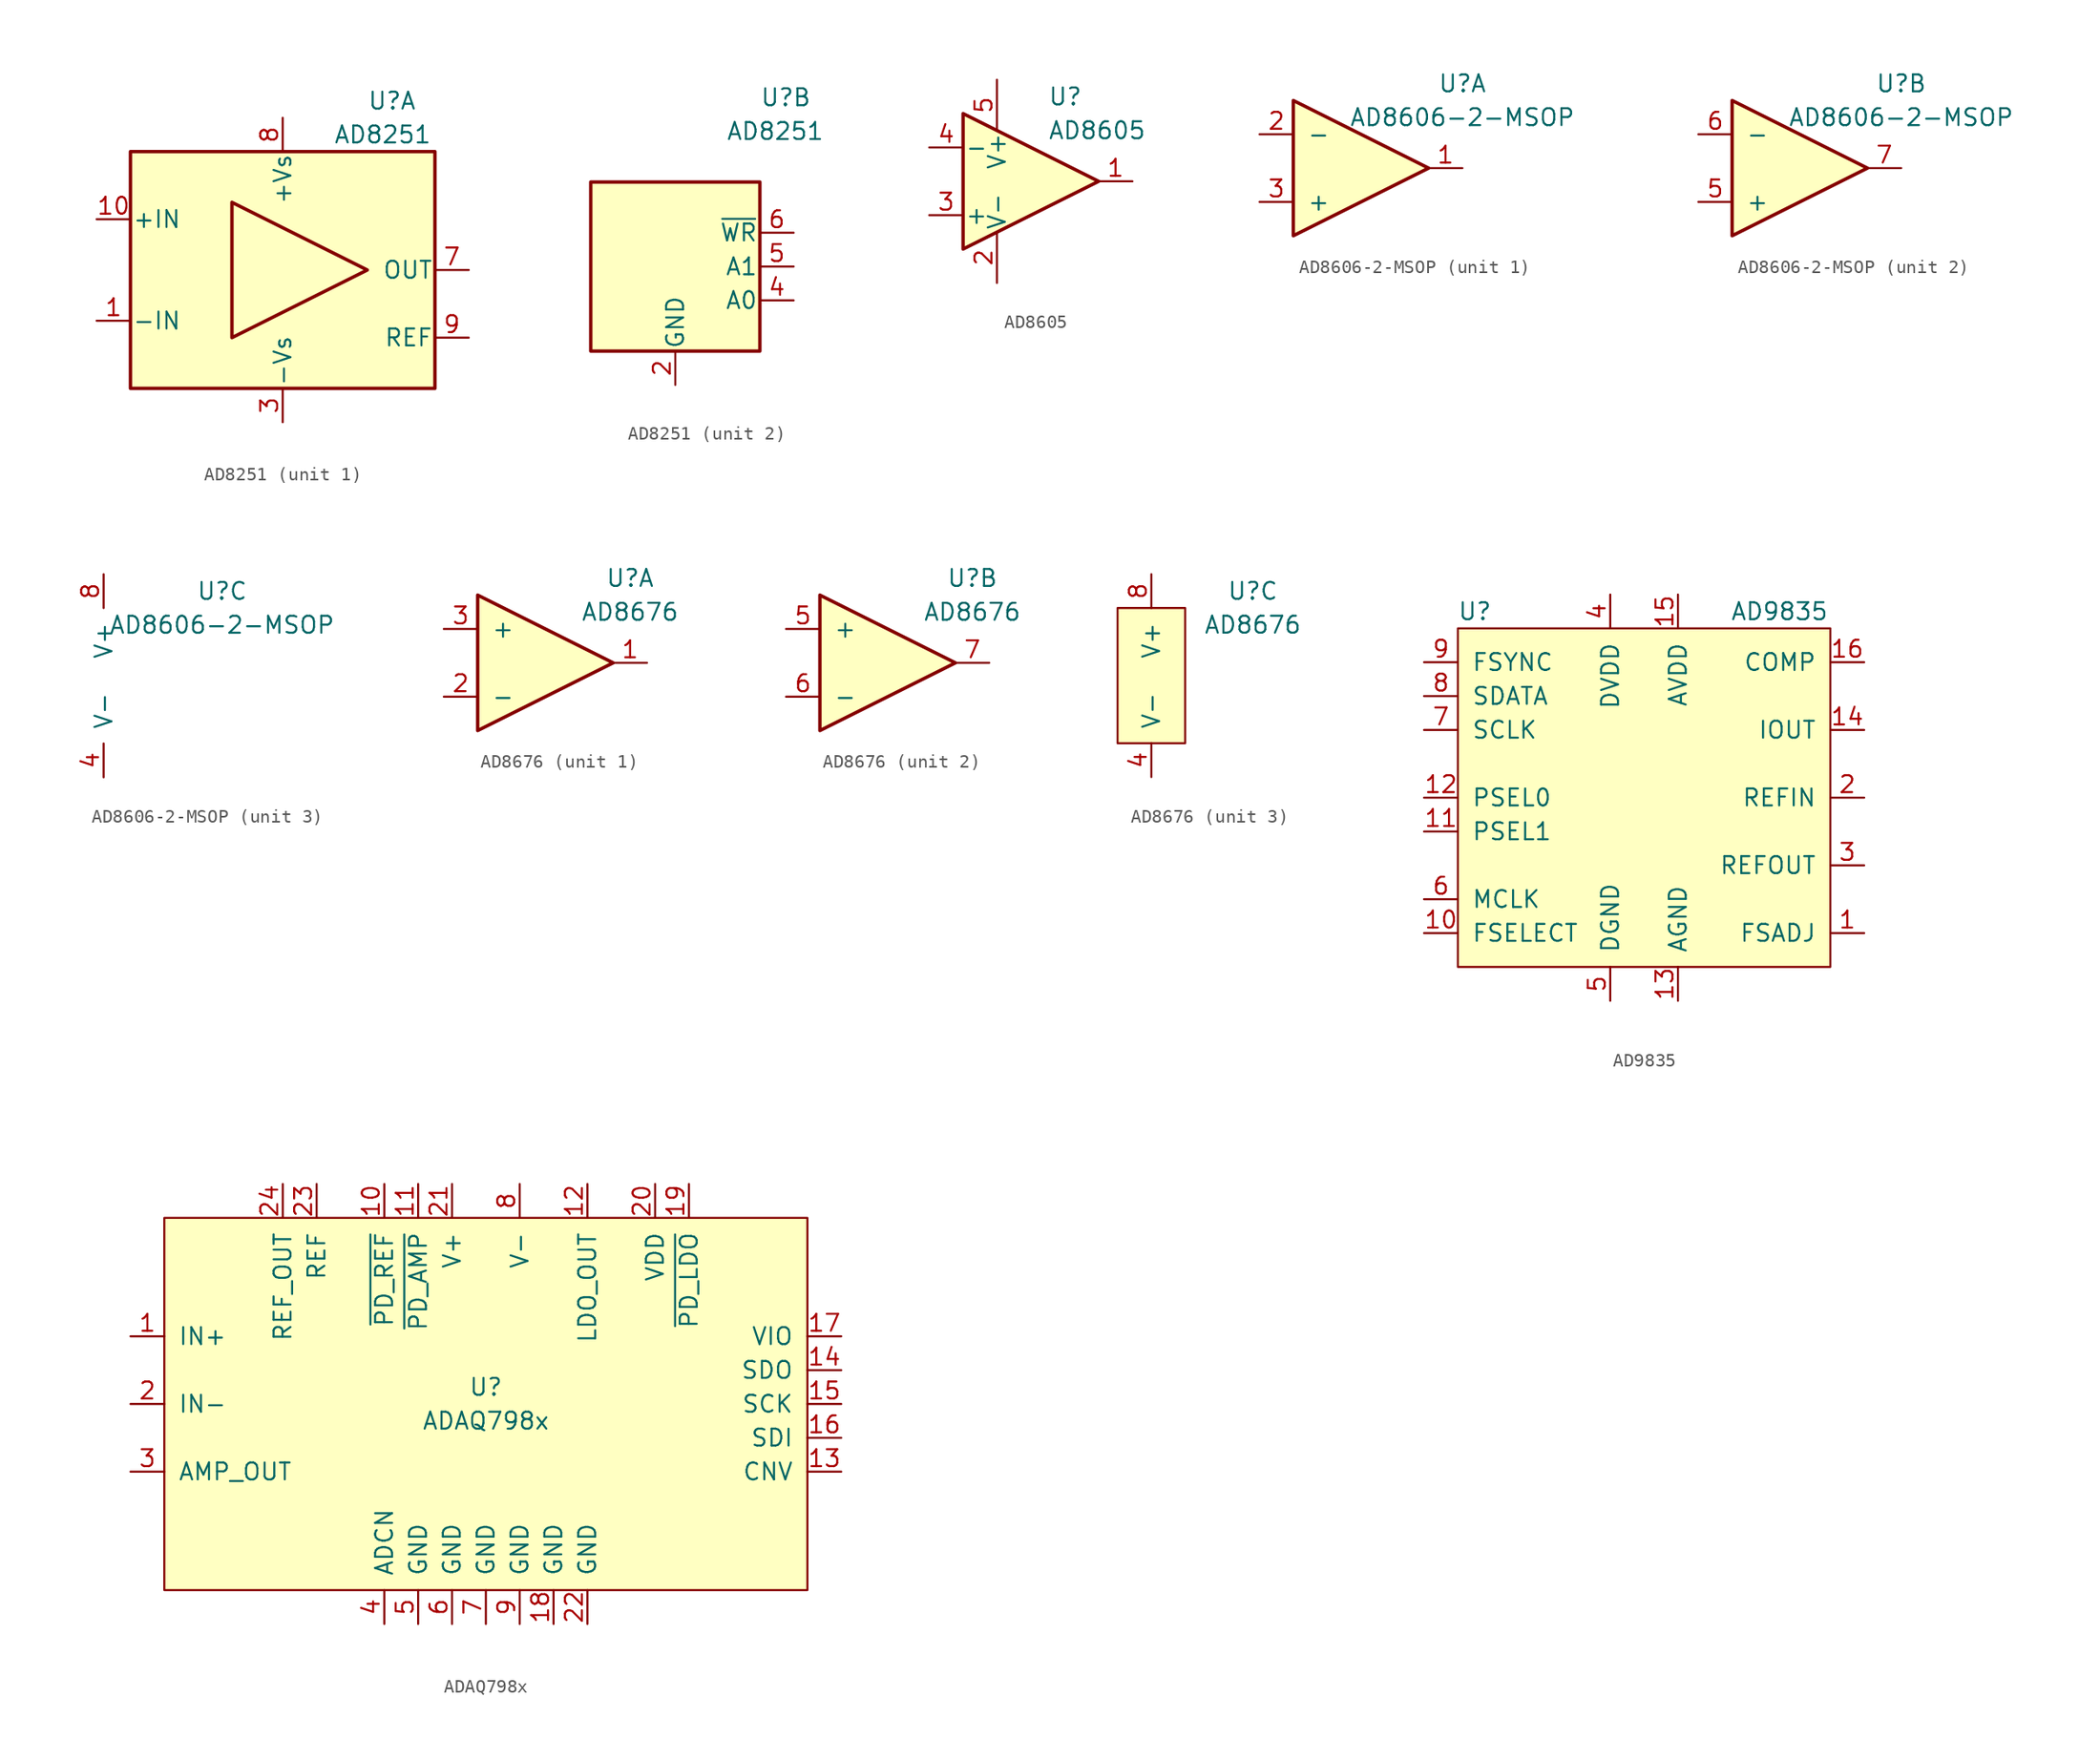
<source format=kicad_sym>
(kicad_symbol_lib
  (version 20220914)
  (generator kicad_symbol_editor)
  (symbol "AD8251"
    (pin_names
      (offset 0.127))
    (property "Reference" "U"
      (at 6.35 12.7 0)
      (effects (font (size 1.27 1.27)) (justify left)))
    (property "Value" "AD8251"
      (at 3.81 10.16 0)
      (effects (font (size 1.27 1.27)) (justify left)))
    (symbol "AD8251_1_1"
      (rectangle (start -11.43 8.89) (end 11.43 -8.89) (stroke (width 0.254) (type default)) (fill (type background)))
      (polyline (pts (xy -3.81 5.08) (xy 6.35 0) (xy -3.81 -5.08) (xy -3.81 5.08)) (stroke (width 0.254) (type default)) (fill (type background)))
      (pin input line (at -13.97 -3.81 0) (length 2.54) (name "-IN" (effects (font (size 1.27 1.27)))) (number "1" (effects (font (size 1.27 1.27)))))
      (pin input line (at -13.97 3.81 0) (length 2.54) (name "+IN" (effects (font (size 1.27 1.27)))) (number "10" (effects (font (size 1.27 1.27)))))
      (pin power_in line (at 0 -11.43 90) (length 2.54) (name "-Vs" (effects (font (size 1.27 1.27)))) (number "3" (effects (font (size 1.27 1.27)))))
      (pin output line (at 13.97 0 180) (length 2.54) (name "OUT" (effects (font (size 1.27 1.27)))) (number "7" (effects (font (size 1.27 1.27)))))
      (pin power_in line (at 0 11.43 270) (length 2.54) (name "+Vs" (effects (font (size 1.27 1.27)))) (number "8" (effects (font (size 1.27 1.27)))))
      (pin passive line (at 13.97 -5.08 180) (length 2.54) (name "REF" (effects (font (size 1.27 1.27)))) (number "9" (effects (font (size 1.27 1.27))))))
    (symbol "AD8251_2_1"
      (rectangle (start 6.35 -6.35) (end -6.35 6.35) (stroke (width 0.254) (type default)) (fill (type background)))
      (pin passive line (at 0 -8.89 90) (length 2.54) (name "GND" (effects (font (size 1.27 1.27)))) (number "2" (effects (font (size 1.27 1.27)))))
      (pin input line (at 8.89 -2.54 180) (length 2.54) (name "A0" (effects (font (size 1.27 1.27)))) (number "4" (effects (font (size 1.27 1.27)))))
      (pin input line (at 8.89 0 180) (length 2.54) (name "A1" (effects (font (size 1.27 1.27)))) (number "5" (effects (font (size 1.27 1.27)))))
      (pin input line (at 8.89 2.54 180) (length 2.54) (name "~{WR}" (effects (font (size 1.27 1.27)))) (number "6" (effects (font (size 1.27 1.27)))))))
  (symbol "AD8605"
    (pin_names
      (offset 0.127))
    (property "Reference" "U"
      (at 2.54 6.35 0)
      (effects (font (size 1.27 1.27)) (justify left)))
    (property "Value" "AD8605"
      (at 2.54 3.81 0)
      (effects (font (size 1.27 1.27)) (justify left)))
    (symbol "AD8605_0_1"
      (polyline (pts (xy -3.81 5.08) (xy 6.35 0) (xy -3.81 -5.08) (xy -3.81 5.08)) (stroke (width 0.254) (type default)) (fill (type background))))
    (symbol "AD8605_1_1"
      (pin output line (at 8.89 0 180) (length 2.54) (name "~" (effects (font (size 1.27 1.27)))) (number "1" (effects (font (size 1.27 1.27)))))
      (pin power_in line (at -1.27 -7.62 90) (length 3.81) (name "V-" (effects (font (size 1.27 1.27)))) (number "2" (effects (font (size 1.27 1.27)))))
      (pin input line (at -6.35 -2.54 0) (length 2.54) (name "+" (effects (font (size 1.27 1.27)))) (number "3" (effects (font (size 1.27 1.27)))))
      (pin input line (at -6.35 2.54 0) (length 2.54) (name "-" (effects (font (size 1.27 1.27)))) (number "4" (effects (font (size 1.27 1.27)))))
      (pin power_in line (at -1.27 7.62 270) (length 3.81) (name "V+" (effects (font (size 1.27 1.27)))) (number "5" (effects (font (size 1.27 1.27)))))))
  (symbol "AD8606-2-MSOP"
    (pin_names
      (offset 1.016))
    (property "Reference" "U"
      (at 8.89 6.35 0)
      (effects (font (size 1.27 1.27))))
    (property "Value" "AD8606-2-MSOP"
      (at 8.89 3.81 0)
      (effects (font (size 1.27 1.27))))
    (symbol "AD8606-2-MSOP_1_1"
      (polyline (pts (xy -3.81 5.08) (xy 6.35 0) (xy -3.81 -5.08) (xy -3.81 5.08)) (stroke (width 0.254) (type default)) (fill (type background)))
      (pin output line (at 8.89 0 180) (length 2.54) (name "~" (effects (font (size 1.27 1.27)))) (number "1" (effects (font (size 1.27 1.27)))))
      (pin input line (at -6.35 2.54 0) (length 2.54) (name "-" (effects (font (size 1.27 1.27)))) (number "2" (effects (font (size 1.27 1.27)))))
      (pin input line (at -6.35 -2.54 0) (length 2.54) (name "+" (effects (font (size 1.27 1.27)))) (number "3" (effects (font (size 1.27 1.27))))))
    (symbol "AD8606-2-MSOP_2_1"
      (polyline (pts (xy -3.81 5.08) (xy 6.35 0) (xy -3.81 -5.08) (xy -3.81 5.08)) (stroke (width 0.254) (type default)) (fill (type background)))
      (pin input line (at -6.35 -2.54 0) (length 2.54) (name "+" (effects (font (size 1.27 1.27)))) (number "5" (effects (font (size 1.27 1.27)))))
      (pin input line (at -6.35 2.54 0) (length 2.54) (name "-" (effects (font (size 1.27 1.27)))) (number "6" (effects (font (size 1.27 1.27)))))
      (pin output line (at 8.89 0 180) (length 2.54) (name "~" (effects (font (size 1.27 1.27)))) (number "7" (effects (font (size 1.27 1.27))))))
    (symbol "AD8606-2-MSOP_3_1"
      (pin passive line (at 0 -7.62 90) (length 2.54) (name "V-" (effects (font (size 1.27 1.27)))) (number "4" (effects (font (size 1.27 1.27)))))
      (pin passive line (at 0 7.62 270) (length 2.54) (name "V+" (effects (font (size 1.27 1.27)))) (number "8" (effects (font (size 1.27 1.27)))))))
  (symbol "AD8676"
    (pin_names
      (offset 1.016))
    (property "Reference" "U"
      (at 7.62 6.35 0)
      (effects (font (size 1.27 1.27))))
    (property "Value" "AD8676"
      (at 7.62 3.81 0)
      (effects (font (size 1.27 1.27))))
    (symbol "AD8676_1_1"
      (polyline (pts (xy -3.81 5.08) (xy 6.35 0) (xy -3.81 -5.08) (xy -3.81 5.08)) (stroke (width 0.254) (type default)) (fill (type background)))
      (pin output line (at 8.89 0 180) (length 2.54) (name "~" (effects (font (size 1.27 1.27)))) (number "1" (effects (font (size 1.27 1.27)))))
      (pin input line (at -6.35 -2.54 0) (length 2.54) (name "-" (effects (font (size 1.27 1.27)))) (number "2" (effects (font (size 1.27 1.27)))))
      (pin input line (at -6.35 2.54 0) (length 2.54) (name "+" (effects (font (size 1.27 1.27)))) (number "3" (effects (font (size 1.27 1.27))))))
    (symbol "AD8676_2_1"
      (polyline (pts (xy -3.81 5.08) (xy 6.35 0) (xy -3.81 -5.08) (xy -3.81 5.08)) (stroke (width 0.254) (type default)) (fill (type background)))
      (pin input line (at -6.35 2.54 0) (length 2.54) (name "+" (effects (font (size 1.27 1.27)))) (number "5" (effects (font (size 1.27 1.27)))))
      (pin input line (at -6.35 -2.54 0) (length 2.54) (name "-" (effects (font (size 1.27 1.27)))) (number "6" (effects (font (size 1.27 1.27)))))
      (pin output line (at 8.89 0 180) (length 2.54) (name "~" (effects (font (size 1.27 1.27)))) (number "7" (effects (font (size 1.27 1.27))))))
    (symbol "AD8676_3_1"
      (rectangle (start -2.54 5.08) (end 2.54 -5.08) (stroke (width 0) (type default)) (fill (type background)))
      (pin passive line (at 0 -7.62 90) (length 2.54) (name "V-" (effects (font (size 1.27 1.27)))) (number "4" (effects (font (size 1.27 1.27)))))
      (pin passive line (at 0 7.62 270) (length 2.54) (name "V+" (effects (font (size 1.27 1.27)))) (number "8" (effects (font (size 1.27 1.27)))))))
  (symbol "AD9835"
    (pin_names
      (offset 1.016))
    (property "Reference" "U"
      (at -12.7 13.97 0)
      (effects (font (size 1.27 1.27))))
    (property "Value" "AD9835"
      (at 10.16 13.97 0)
      (effects (font (size 1.27 1.27))))
    (symbol "AD9835_0_1"
      (rectangle (start -13.97 12.7) (end 13.97 -12.7) (stroke (width 0) (type default)) (fill (type background))))
    (symbol "AD9835_1_1"
      (pin input line (at 16.51 -10.16 180) (length 2.54) (name "FSADJ" (effects (font (size 1.27 1.27)))) (number "1" (effects (font (size 1.27 1.27)))))
      (pin input line (at -16.51 -10.16 0) (length 2.54) (name "FSELECT" (effects (font (size 1.27 1.27)))) (number "10" (effects (font (size 1.27 1.27)))))
      (pin input line (at -16.51 -2.54 0) (length 2.54) (name "PSEL1" (effects (font (size 1.27 1.27)))) (number "11" (effects (font (size 1.27 1.27)))))
      (pin input line (at -16.51 0 0) (length 2.54) (name "PSEL0" (effects (font (size 1.27 1.27)))) (number "12" (effects (font (size 1.27 1.27)))))
      (pin passive line (at 2.54 -15.24 90) (length 2.54) (name "AGND" (effects (font (size 1.27 1.27)))) (number "13" (effects (font (size 1.27 1.27)))))
      (pin output line (at 16.51 5.08 180) (length 2.54) (name "IOUT" (effects (font (size 1.27 1.27)))) (number "14" (effects (font (size 1.27 1.27)))))
      (pin passive line (at 2.54 15.24 270) (length 2.54) (name "AVDD" (effects (font (size 1.27 1.27)))) (number "15" (effects (font (size 1.27 1.27)))))
      (pin input line (at 16.51 10.16 180) (length 2.54) (name "COMP" (effects (font (size 1.27 1.27)))) (number "16" (effects (font (size 1.27 1.27)))))
      (pin input line (at 16.51 0 180) (length 2.54) (name "REFIN" (effects (font (size 1.27 1.27)))) (number "2" (effects (font (size 1.27 1.27)))))
      (pin output line (at 16.51 -5.08 180) (length 2.54) (name "REFOUT" (effects (font (size 1.27 1.27)))) (number "3" (effects (font (size 1.27 1.27)))))
      (pin passive line (at -2.54 15.24 270) (length 2.54) (name "DVDD" (effects (font (size 1.27 1.27)))) (number "4" (effects (font (size 1.27 1.27)))))
      (pin passive line (at -2.54 -15.24 90) (length 2.54) (name "DGND" (effects (font (size 1.27 1.27)))) (number "5" (effects (font (size 1.27 1.27)))))
      (pin input line (at -16.51 -7.62 0) (length 2.54) (name "MCLK" (effects (font (size 1.27 1.27)))) (number "6" (effects (font (size 1.27 1.27)))))
      (pin input line (at -16.51 5.08 0) (length 2.54) (name "SCLK" (effects (font (size 1.27 1.27)))) (number "7" (effects (font (size 1.27 1.27)))))
      (pin input line (at -16.51 7.62 0) (length 2.54) (name "SDATA" (effects (font (size 1.27 1.27)))) (number "8" (effects (font (size 1.27 1.27)))))
      (pin input line (at -16.51 10.16 0) (length 2.54) (name "FSYNC" (effects (font (size 1.27 1.27)))) (number "9" (effects (font (size 1.27 1.27)))))))
  (symbol "ADAQ798x"
    (pin_names
      (offset 1.016))
    (property "Reference" "U"
      (at 0 1.27 0)
      (effects (font (size 1.27 1.27))))
    (property "Value" "ADAQ798x"
      (at 0 -1.27 0)
      (effects (font (size 1.27 1.27))))
    (symbol "ADAQ798x_0_1"
      (rectangle (start -24.13 13.97) (end 24.13 -13.97) (stroke (width 0) (type default)) (fill (type background))))
    (symbol "ADAQ798x_1_1"
      (pin input line (at -26.67 5.08 0) (length 2.54) (name "IN+" (effects (font (size 1.27 1.27)))) (number "1" (effects (font (size 1.27 1.27)))))
      (pin input line (at -7.62 16.51 270) (length 2.54) (name "~{PD_REF}" (effects (font (size 1.27 1.27)))) (number "10" (effects (font (size 1.27 1.27)))))
      (pin input line (at -5.08 16.51 270) (length 2.54) (name "~{PD_AMP}" (effects (font (size 1.27 1.27)))) (number "11" (effects (font (size 1.27 1.27)))))
      (pin passive line (at 7.62 16.51 270) (length 2.54) (name "LDO_OUT" (effects (font (size 1.27 1.27)))) (number "12" (effects (font (size 1.27 1.27)))))
      (pin input line (at 26.67 -5.08 180) (length 2.54) (name "CNV" (effects (font (size 1.27 1.27)))) (number "13" (effects (font (size 1.27 1.27)))))
      (pin output line (at 26.67 2.54 180) (length 2.54) (name "SDO" (effects (font (size 1.27 1.27)))) (number "14" (effects (font (size 1.27 1.27)))))
      (pin input line (at 26.67 0 180) (length 2.54) (name "SCK" (effects (font (size 1.27 1.27)))) (number "15" (effects (font (size 1.27 1.27)))))
      (pin input line (at 26.67 -2.54 180) (length 2.54) (name "SDI" (effects (font (size 1.27 1.27)))) (number "16" (effects (font (size 1.27 1.27)))))
      (pin passive line (at 26.67 5.08 180) (length 2.54) (name "VIO" (effects (font (size 1.27 1.27)))) (number "17" (effects (font (size 1.27 1.27)))))
      (pin passive line (at 5.08 -16.51 90) (length 2.54) (name "GND" (effects (font (size 1.27 1.27)))) (number "18" (effects (font (size 1.27 1.27)))))
      (pin input line (at 15.24 16.51 270) (length 2.54) (name "~{PD_LDO}" (effects (font (size 1.27 1.27)))) (number "19" (effects (font (size 1.27 1.27)))))
      (pin input line (at -26.67 0 0) (length 2.54) (name "IN-" (effects (font (size 1.27 1.27)))) (number "2" (effects (font (size 1.27 1.27)))))
      (pin power_in line (at 12.7 16.51 270) (length 2.54) (name "VDD" (effects (font (size 1.27 1.27)))) (number "20" (effects (font (size 1.27 1.27)))))
      (pin power_in line (at -2.54 16.51 270) (length 2.54) (name "V+" (effects (font (size 1.27 1.27)))) (number "21" (effects (font (size 1.27 1.27)))))
      (pin passive line (at 7.62 -16.51 90) (length 2.54) (name "GND" (effects (font (size 1.27 1.27)))) (number "22" (effects (font (size 1.27 1.27)))))
      (pin passive line (at -12.7 16.51 270) (length 2.54) (name "REF" (effects (font (size 1.27 1.27)))) (number "23" (effects (font (size 1.27 1.27)))))
      (pin output line (at -15.24 16.51 270) (length 2.54) (name "REF_OUT" (effects (font (size 1.27 1.27)))) (number "24" (effects (font (size 1.27 1.27)))))
      (pin output line (at -26.67 -5.08 0) (length 2.54) (name "AMP_OUT" (effects (font (size 1.27 1.27)))) (number "3" (effects (font (size 1.27 1.27)))))
      (pin passive line (at -7.62 -16.51 90) (length 2.54) (name "ADCN" (effects (font (size 1.27 1.27)))) (number "4" (effects (font (size 1.27 1.27)))))
      (pin passive line (at -5.08 -16.51 90) (length 2.54) (name "GND" (effects (font (size 1.27 1.27)))) (number "5" (effects (font (size 1.27 1.27)))))
      (pin passive line (at -2.54 -16.51 90) (length 2.54) (name "GND" (effects (font (size 1.27 1.27)))) (number "6" (effects (font (size 1.27 1.27)))))
      (pin passive line (at 0 -16.51 90) (length 2.54) (name "GND" (effects (font (size 1.27 1.27)))) (number "7" (effects (font (size 1.27 1.27)))))
      (pin power_in line (at 2.54 16.51 270) (length 2.54) (name "V-" (effects (font (size 1.27 1.27)))) (number "8" (effects (font (size 1.27 1.27)))))
      (pin passive line (at 2.54 -16.51 90) (length 2.54) (name "GND" (effects (font (size 1.27 1.27)))) (number "9" (effects (font (size 1.27 1.27))))))))
</source>
